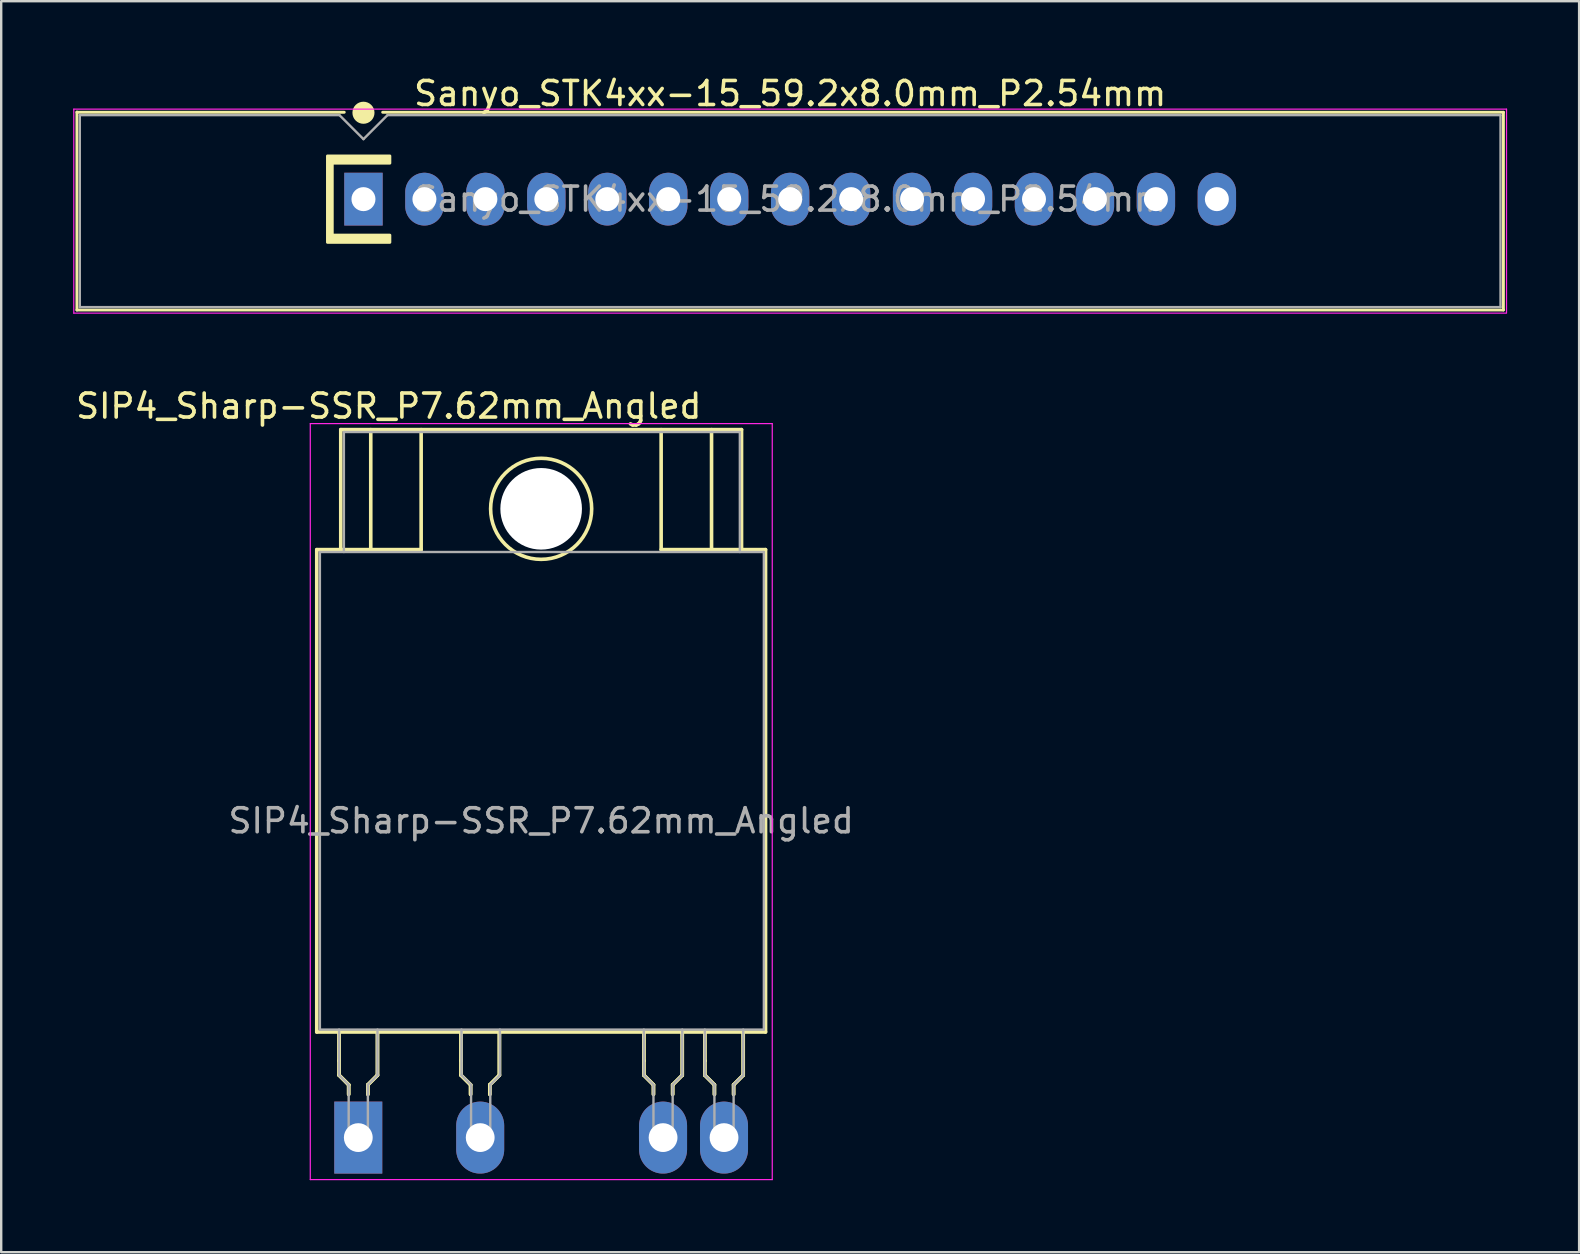
<source format=kicad_pcb>
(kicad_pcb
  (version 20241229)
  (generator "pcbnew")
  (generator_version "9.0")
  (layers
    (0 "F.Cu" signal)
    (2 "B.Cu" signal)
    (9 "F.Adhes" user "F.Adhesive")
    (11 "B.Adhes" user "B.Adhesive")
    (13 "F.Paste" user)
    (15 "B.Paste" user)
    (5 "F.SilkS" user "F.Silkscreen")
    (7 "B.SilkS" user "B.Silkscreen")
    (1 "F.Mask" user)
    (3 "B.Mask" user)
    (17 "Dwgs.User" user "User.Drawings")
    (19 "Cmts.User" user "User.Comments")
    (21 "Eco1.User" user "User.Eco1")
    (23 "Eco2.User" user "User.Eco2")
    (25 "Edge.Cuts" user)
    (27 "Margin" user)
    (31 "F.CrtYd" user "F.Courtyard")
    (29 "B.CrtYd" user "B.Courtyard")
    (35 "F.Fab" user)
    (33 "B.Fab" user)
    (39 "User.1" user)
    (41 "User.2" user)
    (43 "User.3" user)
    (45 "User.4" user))
  (footprint "Sanyo_STK4xx-15_59.2x8.0mm_P2.54mm"
    (layer "F.Cu")
    (at 12.095 5.248)
    (property "Reference" "Sanyo_STK4xx-15_59.2x8.0mm_P2.54mm" (at 17.78 -4.4 0) (layer "F.SilkS") (effects (font (size 1 1) (thickness 0.15))))
    (attr through_hole)
    (fp_line (start -11.94 -3.62) (end -0.8 -3.62) (stroke (width 0.12) (type solid)) (layer "F.SilkS"))
    (fp_line (start -11.94 4.62) (end -11.94 -3.63) (stroke (width 0.12) (type solid)) (layer "F.SilkS"))
    (fp_line (start 0.8 -3.62) (end 47.5 -3.62) (stroke (width 0.12) (type solid)) (layer "F.SilkS"))
    (fp_line (start 47.5 -3.62) (end 47.5 4.62) (stroke (width 0.12) (type solid)) (layer "F.SilkS"))
    (fp_line (start 47.5 4.62) (end -11.94 4.62) (stroke (width 0.12) (type solid)) (layer "F.SilkS"))
    (fp_circle (center 0 -3.6) (end 0.4 -3.6) (stroke (width 0.12) (type solid)) (fill yes) (layer "F.SilkS"))
    (fp_poly (pts (xy 1.1 -1.5) (xy -1.3 -1.5) (xy -1.3 1.5) (xy 1.1 1.5) (xy 1.1 1.8) (xy -1.5 1.8) (xy -1.5 -1.8) (xy 1.1 -1.8)) (stroke (width 0.12) (type solid)) (fill yes) (layer "F.SilkS"))
    (fp_line (start -12.07 -3.75) (end 47.63 -3.75) (stroke (width 0.05) (type solid)) (layer "F.CrtYd"))
    (fp_line (start -12.07 4.75) (end -12.07 -3.75) (stroke (width 0.05) (type solid)) (layer "F.CrtYd"))
    (fp_line (start 47.6 4.75) (end -12.07 4.75) (stroke (width 0.05) (type solid)) (layer "F.CrtYd"))
    (fp_line (start 47.63 -3.75) (end 47.63 4.75) (stroke (width 0.05) (type solid)) (layer "F.CrtYd"))
    (fp_line (start -11.82 -3.5) (end -1 -3.5) (stroke (width 0.1) (type solid)) (layer "F.Fab"))
    (fp_line (start -11.82 4.5) (end -11.82 -3.5) (stroke (width 0.1) (type solid)) (layer "F.Fab"))
    (fp_line (start -1 -3.5) (end 0 -2.5) (stroke (width 0.1) (type solid)) (layer "F.Fab"))
    (fp_line (start 0 -2.5) (end 1 -3.5) (stroke (width 0.1) (type solid)) (layer "F.Fab"))
    (fp_line (start 1 -3.5) (end 47.38 -3.5) (stroke (width 0.1) (type solid)) (layer "F.Fab"))
    (fp_line (start 47.38 -3.5) (end 47.38 4.5) (stroke (width 0.1) (type solid)) (layer "F.Fab"))
    (fp_line (start 47.38 4.5) (end -11.82 4.5) (stroke (width 0.1) (type solid)) (layer "F.Fab"))
    (fp_text user "${REFERENCE}" (at 17.78 0 0) (layer "F.Fab") (effects (font (size 1 1) (thickness 0.15))))
    (pad "1" thru_hole rect (at 0 0) (size 1.6 2.2) (drill 1) (layers "*.Cu" "*.Mask"))
    (pad "2" thru_hole oval (at 2.54 0) (size 1.6 2.2) (drill 1) (layers "*.Cu" "*.Mask"))
    (pad "3" thru_hole oval (at 5.08 0) (size 1.6 2.2) (drill 1) (layers "*.Cu" "*.Mask"))
    (pad "4" thru_hole oval (at 7.62 0) (size 1.6 2.2) (drill 1) (layers "*.Cu" "*.Mask"))
    (pad "5" thru_hole oval (at 10.16 0) (size 1.6 2.2) (drill 1) (layers "*.Cu" "*.Mask"))
    (pad "6" thru_hole oval (at 12.7 0) (size 1.6 2.2) (drill 1) (layers "*.Cu" "*.Mask"))
    (pad "7" thru_hole oval (at 15.24 0) (size 1.6 2.2) (drill 1) (layers "*.Cu" "*.Mask"))
    (pad "8" thru_hole oval (at 17.78 0) (size 1.6 2.2) (drill 1) (layers "*.Cu" "*.Mask"))
    (pad "9" thru_hole oval (at 20.32 0) (size 1.6 2.2) (drill 1) (layers "*.Cu" "*.Mask"))
    (pad "10" thru_hole oval (at 22.86 0) (size 1.6 2.2) (drill 1) (layers "*.Cu" "*.Mask"))
    (pad "11" thru_hole oval (at 25.4 0) (size 1.6 2.2) (drill 1) (layers "*.Cu" "*.Mask"))
    (pad "12" thru_hole oval (at 27.94 0) (size 1.6 2.2) (drill 1) (layers "*.Cu" "*.Mask"))
    (pad "13" thru_hole oval (at 30.48 0) (size 1.6 2.2) (drill 1) (layers "*.Cu" "*.Mask"))
    (pad "14" thru_hole oval (at 33.02 0) (size 1.6 2.2) (drill 1) (layers "*.Cu" "*.Mask"))
    (pad "15" thru_hole oval (at 35.56 0) (size 1.6 2.2) (drill 1) (layers "*.Cu" "*.Mask")))
  (footprint "SIP4_Sharp-SSR_P7.62mm_Angled"
    (layer "F.Cu")
    (at 11.879 44.352)
    (property "Reference" "SIP4_Sharp-SSR_P7.62mm_Angled" (at 1.27 -30.48 0) (layer "F.SilkS") (effects (font (size 1 1) (thickness 0.15))))
    (attr through_hole)
    (fp_line (start -1.73 -24.5) (end 2.62 -24.5) (stroke (width 0.15) (type solid)) (layer "F.SilkS"))
    (fp_line (start -1.73 -4.4) (end -1.73 -24.5) (stroke (width 0.15) (type solid)) (layer "F.SilkS"))
    (fp_line (start -0.8 -3.2) (end -0.8 -4.4) (stroke (width 0.15) (type solid)) (layer "F.SilkS"))
    (fp_line (start -0.8 -3.2) (end -0.8 -4.4) (stroke (width 0.15) (type solid)) (layer "F.SilkS"))
    (fp_line (start -0.8 -2.6) (end -0.8 -3.2) (stroke (width 0.15) (type solid)) (layer "F.SilkS"))
    (fp_line (start -0.8 -2.6) (end -0.8 -3.2) (stroke (width 0.15) (type solid)) (layer "F.SilkS"))
    (fp_line (start -0.73 -29.5) (end 15.97 -29.5) (stroke (width 0.15) (type solid)) (layer "F.SilkS"))
    (fp_line (start -0.73 -24.5) (end -0.73 -29.5) (stroke (width 0.15) (type solid)) (layer "F.SilkS"))
    (fp_line (start -0.4 -2.2) (end -0.8 -2.6) (stroke (width 0.15) (type solid)) (layer "F.SilkS"))
    (fp_line (start -0.4 -2.2) (end -0.8 -2.6) (stroke (width 0.15) (type solid)) (layer "F.SilkS"))
    (fp_line (start -0.4 -2.2) (end -0.4 -1.8) (stroke (width 0.15) (type solid)) (layer "F.SilkS"))
    (fp_line (start -0.4 -2.2) (end -0.4 -1.8) (stroke (width 0.15) (type solid)) (layer "F.SilkS"))
    (fp_line (start 0.4 -2.2) (end 0.8 -2.6) (stroke (width 0.15) (type solid)) (layer "F.SilkS"))
    (fp_line (start 0.4 -2.2) (end 0.8 -2.6) (stroke (width 0.15) (type solid)) (layer "F.SilkS"))
    (fp_line (start 0.4 -1.8) (end 0.4 -2.2) (stroke (width 0.15) (type solid)) (layer "F.SilkS"))
    (fp_line (start 0.4 -1.8) (end 0.4 -2.2) (stroke (width 0.15) (type solid)) (layer "F.SilkS"))
    (fp_line (start 0.52 -24.5) (end 0.52 -29.5) (stroke (width 0.15) (type solid)) (layer "F.SilkS"))
    (fp_line (start 0.8 -2.6) (end 0.8 -4.4) (stroke (width 0.15) (type solid)) (layer "F.SilkS"))
    (fp_line (start 0.8 -2.6) (end 0.8 -4.4) (stroke (width 0.15) (type solid)) (layer "F.SilkS"))
    (fp_line (start 2.62 -29.5) (end 2.62 -24.5) (stroke (width 0.15) (type solid)) (layer "F.SilkS"))
    (fp_line (start 4.28 -3.2) (end 4.28 -4.4) (stroke (width 0.15) (type solid)) (layer "F.SilkS"))
    (fp_line (start 4.28 -3.2) (end 4.28 -4.4) (stroke (width 0.15) (type solid)) (layer "F.SilkS"))
    (fp_line (start 4.28 -2.6) (end 4.28 -3.2) (stroke (width 0.15) (type solid)) (layer "F.SilkS"))
    (fp_line (start 4.28 -2.6) (end 4.28 -3.2) (stroke (width 0.15) (type solid)) (layer "F.SilkS"))
    (fp_line (start 4.68 -2.2) (end 4.28 -2.6) (stroke (width 0.15) (type solid)) (layer "F.SilkS"))
    (fp_line (start 4.68 -2.2) (end 4.28 -2.6) (stroke (width 0.15) (type solid)) (layer "F.SilkS"))
    (fp_line (start 4.68 -2.2) (end 4.68 -1.8) (stroke (width 0.15) (type solid)) (layer "F.SilkS"))
    (fp_line (start 4.68 -2.2) (end 4.68 -1.8) (stroke (width 0.15) (type solid)) (layer "F.SilkS"))
    (fp_line (start 5.48 -2.2) (end 5.88 -2.6) (stroke (width 0.15) (type solid)) (layer "F.SilkS"))
    (fp_line (start 5.48 -2.2) (end 5.88 -2.6) (stroke (width 0.15) (type solid)) (layer "F.SilkS"))
    (fp_line (start 5.48 -1.8) (end 5.48 -2.2) (stroke (width 0.15) (type solid)) (layer "F.SilkS"))
    (fp_line (start 5.48 -1.8) (end 5.48 -2.2) (stroke (width 0.15) (type solid)) (layer "F.SilkS"))
    (fp_line (start 5.88 -2.6) (end 5.88 -4.4) (stroke (width 0.15) (type solid)) (layer "F.SilkS"))
    (fp_line (start 5.88 -2.6) (end 5.88 -4.4) (stroke (width 0.15) (type solid)) (layer "F.SilkS"))
    (fp_line (start 11.9 -3.2) (end 11.9 -4.4) (stroke (width 0.15) (type solid)) (layer "F.SilkS"))
    (fp_line (start 11.9 -3.2) (end 11.9 -4.4) (stroke (width 0.15) (type solid)) (layer "F.SilkS"))
    (fp_line (start 11.9 -2.6) (end 11.9 -3.2) (stroke (width 0.15) (type solid)) (layer "F.SilkS"))
    (fp_line (start 11.9 -2.6) (end 11.9 -3.2) (stroke (width 0.15) (type solid)) (layer "F.SilkS"))
    (fp_line (start 12.3 -2.2) (end 11.9 -2.6) (stroke (width 0.15) (type solid)) (layer "F.SilkS"))
    (fp_line (start 12.3 -2.2) (end 11.9 -2.6) (stroke (width 0.15) (type solid)) (layer "F.SilkS"))
    (fp_line (start 12.3 -2.2) (end 12.3 -1.8) (stroke (width 0.15) (type solid)) (layer "F.SilkS"))
    (fp_line (start 12.3 -2.2) (end 12.3 -1.8) (stroke (width 0.15) (type solid)) (layer "F.SilkS"))
    (fp_line (start 12.62 -29.5) (end 12.62 -24.5) (stroke (width 0.15) (type solid)) (layer "F.SilkS"))
    (fp_line (start 12.62 -24.5) (end 16.97 -24.5) (stroke (width 0.15) (type solid)) (layer "F.SilkS"))
    (fp_line (start 13.1 -2.2) (end 13.5 -2.6) (stroke (width 0.15) (type solid)) (layer "F.SilkS"))
    (fp_line (start 13.1 -2.2) (end 13.5 -2.6) (stroke (width 0.15) (type solid)) (layer "F.SilkS"))
    (fp_line (start 13.1 -1.8) (end 13.1 -2.2) (stroke (width 0.15) (type solid)) (layer "F.SilkS"))
    (fp_line (start 13.1 -1.8) (end 13.1 -2.2) (stroke (width 0.15) (type solid)) (layer "F.SilkS"))
    (fp_line (start 13.5 -2.6) (end 13.5 -4.4) (stroke (width 0.15) (type solid)) (layer "F.SilkS"))
    (fp_line (start 13.5 -2.6) (end 13.5 -4.4) (stroke (width 0.15) (type solid)) (layer "F.SilkS"))
    (fp_line (start 14.44 -3.2) (end 14.44 -4.4) (stroke (width 0.15) (type solid)) (layer "F.SilkS"))
    (fp_line (start 14.44 -3.2) (end 14.44 -4.4) (stroke (width 0.15) (type solid)) (layer "F.SilkS"))
    (fp_line (start 14.44 -2.6) (end 14.44 -3.2) (stroke (width 0.15) (type solid)) (layer "F.SilkS"))
    (fp_line (start 14.44 -2.6) (end 14.44 -3.2) (stroke (width 0.15) (type solid)) (layer "F.SilkS"))
    (fp_line (start 14.72 -24.5) (end 14.72 -29.5) (stroke (width 0.15) (type solid)) (layer "F.SilkS"))
    (fp_line (start 14.84 -2.2) (end 14.44 -2.6) (stroke (width 0.15) (type solid)) (layer "F.SilkS"))
    (fp_line (start 14.84 -2.2) (end 14.44 -2.6) (stroke (width 0.15) (type solid)) (layer "F.SilkS"))
    (fp_line (start 14.84 -2.2) (end 14.84 -1.8) (stroke (width 0.15) (type solid)) (layer "F.SilkS"))
    (fp_line (start 14.84 -2.2) (end 14.84 -1.8) (stroke (width 0.15) (type solid)) (layer "F.SilkS"))
    (fp_line (start 15.64 -2.2) (end 16.04 -2.6) (stroke (width 0.15) (type solid)) (layer "F.SilkS"))
    (fp_line (start 15.64 -2.2) (end 16.04 -2.6) (stroke (width 0.15) (type solid)) (layer "F.SilkS"))
    (fp_line (start 15.64 -1.8) (end 15.64 -2.2) (stroke (width 0.15) (type solid)) (layer "F.SilkS"))
    (fp_line (start 15.64 -1.8) (end 15.64 -2.2) (stroke (width 0.15) (type solid)) (layer "F.SilkS"))
    (fp_line (start 15.97 -24.5) (end 15.97 -29.5) (stroke (width 0.15) (type solid)) (layer "F.SilkS"))
    (fp_line (start 16.04 -2.6) (end 16.04 -4.4) (stroke (width 0.15) (type solid)) (layer "F.SilkS"))
    (fp_line (start 16.04 -2.6) (end 16.04 -4.4) (stroke (width 0.15) (type solid)) (layer "F.SilkS"))
    (fp_line (start 16.97 -24.5) (end 16.97 -4.4) (stroke (width 0.15) (type solid)) (layer "F.SilkS"))
    (fp_line (start 16.97 -4.4) (end -1.73 -4.4) (stroke (width 0.15) (type solid)) (layer "F.SilkS"))
    (fp_circle (center 7.62 -26.2) (end 9.35 -27.4) (stroke (width 0.15) (type solid)) (fill no) (layer "F.SilkS"))
    (fp_line (start -2 -29.75) (end 17.25 -29.75) (stroke (width 0.05) (type solid)) (layer "F.CrtYd"))
    (fp_line (start -2 1.75) (end -2 -29.75) (stroke (width 0.05) (type solid)) (layer "F.CrtYd"))
    (fp_line (start 17.25 -29.75) (end 17.25 1.75) (stroke (width 0.05) (type solid)) (layer "F.CrtYd"))
    (fp_line (start 17.25 1.75) (end -2 1.75) (stroke (width 0.05) (type solid)) (layer "F.CrtYd"))
    (fp_line (start -1.6 -24.4) (end 16.9 -24.4) (stroke (width 0.1) (type solid)) (layer "F.Fab"))
    (fp_line (start -1.6 -4.5) (end -1.6 -24.4) (stroke (width 0.1) (type solid)) (layer "F.Fab"))
    (fp_line (start -0.8 -4.5) (end -0.8 -2.6) (stroke (width 0.1) (type solid)) (layer "F.Fab"))
    (fp_line (start -0.8 -2.6) (end -0.4 -2.2) (stroke (width 0.1) (type solid)) (layer "F.Fab"))
    (fp_line (start -0.6 -29.4) (end 15.9 -29.4) (stroke (width 0.1) (type solid)) (layer "F.Fab"))
    (fp_line (start -0.6 -24.4) (end -0.6 -29.4) (stroke (width 0.1) (type solid)) (layer "F.Fab"))
    (fp_line (start -0.4 -2.2) (end -0.4 0) (stroke (width 0.1) (type solid)) (layer "F.Fab"))
    (fp_line (start -0.4 0) (end 0.4 0) (stroke (width 0.1) (type solid)) (layer "F.Fab"))
    (fp_line (start 0.4 -2.2) (end 0.8 -2.6) (stroke (width 0.1) (type solid)) (layer "F.Fab"))
    (fp_line (start 0.4 0) (end 0.4 -2.2) (stroke (width 0.1) (type solid)) (layer "F.Fab"))
    (fp_line (start 0.8 -2.6) (end 0.8 -4.5) (stroke (width 0.1) (type solid)) (layer "F.Fab"))
    (fp_line (start 4.3 -4.5) (end 4.3 -2.6) (stroke (width 0.1) (type solid)) (layer "F.Fab"))
    (fp_line (start 4.3 -2.6) (end 4.7 -2.2) (stroke (width 0.1) (type solid)) (layer "F.Fab"))
    (fp_line (start 4.7 -2.2) (end 4.7 0) (stroke (width 0.1) (type solid)) (layer "F.Fab"))
    (fp_line (start 4.7 0) (end 5.5 0) (stroke (width 0.1) (type solid)) (layer "F.Fab"))
    (fp_line (start 5.5 -2.2) (end 5.9 -2.6) (stroke (width 0.1) (type solid)) (layer "F.Fab"))
    (fp_line (start 5.5 0) (end 5.5 -2.2) (stroke (width 0.1) (type solid)) (layer "F.Fab"))
    (fp_line (start 5.9 -2.6) (end 5.9 -4.5) (stroke (width 0.1) (type solid)) (layer "F.Fab"))
    (fp_line (start 11.9 -4.5) (end 11.9 -2.6) (stroke (width 0.1) (type solid)) (layer "F.Fab"))
    (fp_line (start 11.9 -2.6) (end 12.3 -2.2) (stroke (width 0.1) (type solid)) (layer "F.Fab"))
    (fp_line (start 12.3 -2.2) (end 12.3 0) (stroke (width 0.1) (type solid)) (layer "F.Fab"))
    (fp_line (start 12.3 0) (end 13.1 0) (stroke (width 0.1) (type solid)) (layer "F.Fab"))
    (fp_line (start 13.1 -2.2) (end 13.5 -2.6) (stroke (width 0.1) (type solid)) (layer "F.Fab"))
    (fp_line (start 13.1 0) (end 13.1 -2.2) (stroke (width 0.1) (type solid)) (layer "F.Fab"))
    (fp_line (start 13.5 -2.6) (end 13.5 -4.5) (stroke (width 0.1) (type solid)) (layer "F.Fab"))
    (fp_line (start 14.44 -4.5) (end 14.44 -2.6) (stroke (width 0.1) (type solid)) (layer "F.Fab"))
    (fp_line (start 14.44 -2.6) (end 14.84 -2.2) (stroke (width 0.1) (type solid)) (layer "F.Fab"))
    (fp_line (start 14.84 -2.2) (end 14.84 0) (stroke (width 0.1) (type solid)) (layer "F.Fab"))
    (fp_line (start 14.84 0) (end 15.64 0) (stroke (width 0.1) (type solid)) (layer "F.Fab"))
    (fp_line (start 15.64 -2.2) (end 16.04 -2.6) (stroke (width 0.1) (type solid)) (layer "F.Fab"))
    (fp_line (start 15.64 0) (end 15.64 -2.2) (stroke (width 0.1) (type solid)) (layer "F.Fab"))
    (fp_line (start 15.9 -29.4) (end 15.9 -24.4) (stroke (width 0.1) (type solid)) (layer "F.Fab"))
    (fp_line (start 16.04 -2.6) (end 16.04 -4.5) (stroke (width 0.1) (type solid)) (layer "F.Fab"))
    (fp_line (start 16.9 -24.4) (end 16.9 -4.5) (stroke (width 0.1) (type solid)) (layer "F.Fab"))
    (fp_line (start 16.9 -4.5) (end -1.6 -4.5) (stroke (width 0.1) (type solid)) (layer "F.Fab"))
    (fp_text user "${REFERENCE}" (at 7.62 -13.2 0) (layer "F.Fab") (effects (font (size 1 1) (thickness 0.15))))
    (pad "" np_thru_hole circle (at 7.62 -26.2) (size 3.4 3.4) (drill 3.4) (layers "*.Cu" "*.Mask"))
    (pad "1" thru_hole rect (at 0 0) (size 2 3) (drill 1.2) (layers "*.Cu" "*.Mask"))
    (pad "2" thru_hole oval (at 5.08 0) (size 2 3) (drill 1.2) (layers "*.Cu" "*.Mask"))
    (pad "3" thru_hole oval (at 12.7 0) (size 2 3) (drill 1.2) (layers "*.Cu" "*.Mask"))
    (pad "4" thru_hole oval (at 15.24 0) (size 2 3) (drill 1.2) (layers "*.Cu" "*.Mask")))
  (gr_rect
    (start -3 -3)
    (end 62.75 49.127)
    (stroke (width 0.1) (type default))
    (fill no)
    (layer "Edge.Cuts")))
</source>
